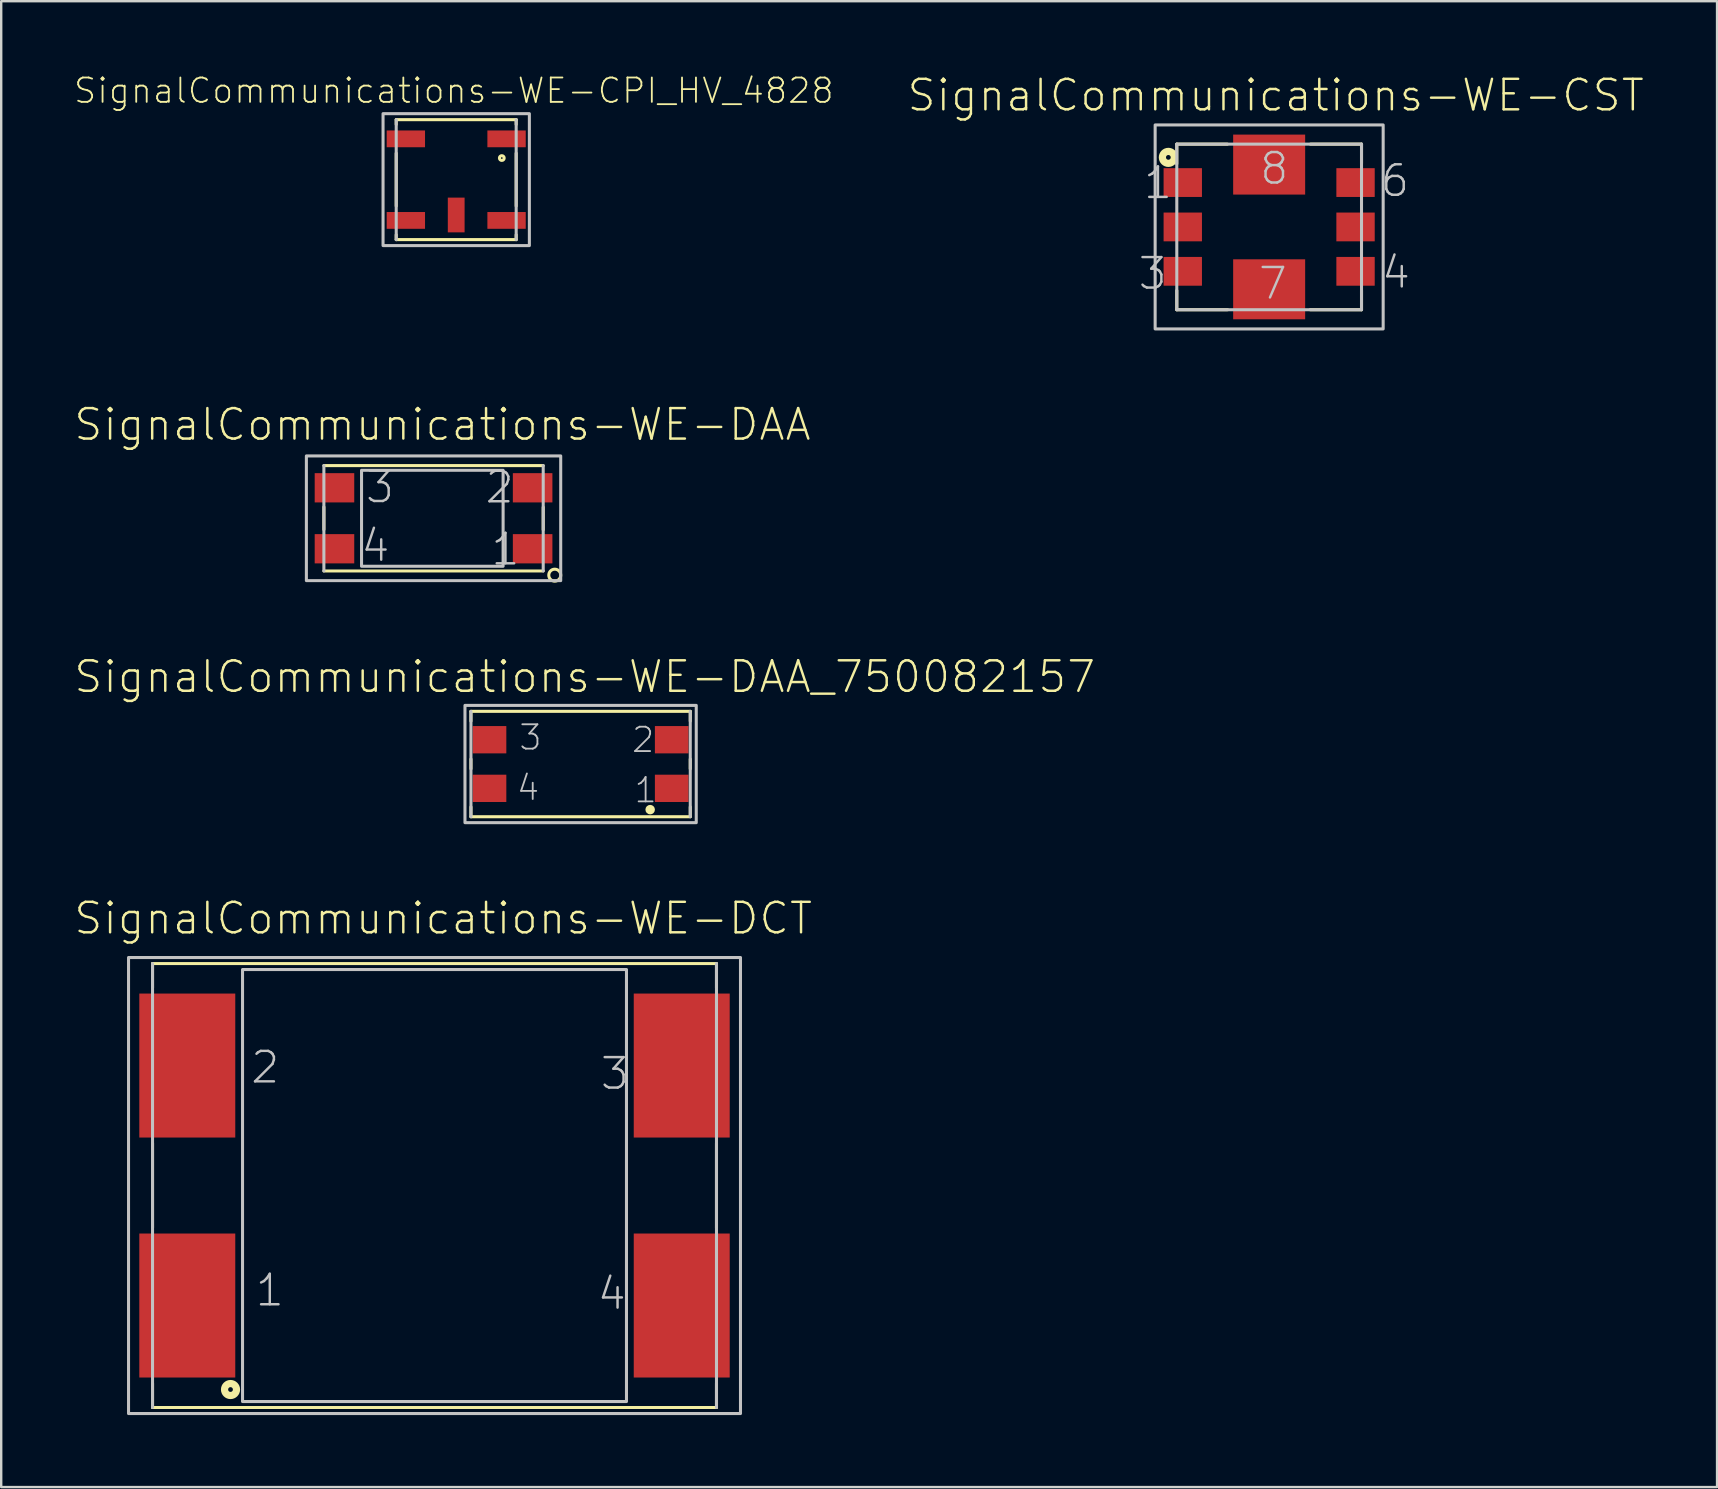
<source format=kicad_pcb>
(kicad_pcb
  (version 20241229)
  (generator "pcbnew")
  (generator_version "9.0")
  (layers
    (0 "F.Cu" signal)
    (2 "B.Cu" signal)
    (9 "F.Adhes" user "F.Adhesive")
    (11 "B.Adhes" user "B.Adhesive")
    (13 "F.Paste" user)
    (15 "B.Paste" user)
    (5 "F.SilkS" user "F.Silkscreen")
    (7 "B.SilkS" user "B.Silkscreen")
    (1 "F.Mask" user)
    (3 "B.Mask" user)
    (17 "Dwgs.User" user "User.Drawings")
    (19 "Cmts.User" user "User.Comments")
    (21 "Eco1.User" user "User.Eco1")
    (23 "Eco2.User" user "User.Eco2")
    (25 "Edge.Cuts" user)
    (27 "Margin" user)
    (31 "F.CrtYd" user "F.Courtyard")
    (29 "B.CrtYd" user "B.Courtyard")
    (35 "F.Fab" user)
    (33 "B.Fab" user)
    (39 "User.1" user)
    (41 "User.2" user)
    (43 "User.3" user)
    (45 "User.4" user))
  (footprint "SignalCommunications-WE-CST"
    (layer "F.Cu")
    (at 49.827 6.405)
    (property "Reference" "SignalCommunications-WE-CST" (at 0.274 -5.484 0) (layer "F.SilkS") (effects (font (size 1.27 1.27) (thickness 0.102))))
    (attr smd)
    (fp_line (start -3.848 -3.449) (end -3.848 -2.629) (stroke (width 0.127) (type solid)) (layer "F.SilkS"))
    (fp_line (start -3.848 2.649) (end -3.848 3.449) (stroke (width 0.127) (type solid)) (layer "F.SilkS"))
    (fp_line (start -3.848 3.449) (end -1.73 3.449) (stroke (width 0.127) (type solid)) (layer "F.SilkS"))
    (fp_line (start -1.74 -3.449) (end -3.848 -3.449) (stroke (width 0.127) (type solid)) (layer "F.SilkS"))
    (fp_line (start 1.72 -3.449) (end 3.848 -3.449) (stroke (width 0.127) (type solid)) (layer "F.SilkS"))
    (fp_line (start 3.848 -3.449) (end 3.848 -2.649) (stroke (width 0.127) (type solid)) (layer "F.SilkS"))
    (fp_line (start 3.848 2.649) (end 3.848 3.449) (stroke (width 0.127) (type solid)) (layer "F.SilkS"))
    (fp_line (start 3.848 3.449) (end 1.709 3.449) (stroke (width 0.127) (type solid)) (layer "F.SilkS"))
    (fp_circle (center -4.199 -2.898) (end -4.199 -2.997) (stroke (width 0.3) (type solid)) (fill no) (layer "F.SilkS"))
    (fp_line (start -3.848 -3.449) (end -3.848 3.449) (stroke (width 0.127) (type solid)) (layer "Dwgs.User"))
    (fp_line (start -3.848 -3.449) (end 3.848 -3.449) (stroke (width 0.127) (type solid)) (layer "Dwgs.User"))
    (fp_line (start -3.848 3.449) (end 3.848 3.449) (stroke (width 0.127) (type solid)) (layer "Dwgs.User"))
    (fp_line (start 3.848 -3.449) (end 3.848 3.449) (stroke (width 0.127) (type solid)) (layer "Dwgs.User"))
    (fp_poly (pts (xy -4.75 -4.249) (xy 4.75 -4.249) (xy 4.75 4.249) (xy -4.75 4.249) (xy -4.75 -4.249)) (stroke (width 0.127) (type solid)) (fill no) (layer "Dwgs.User"))
    (fp_text user "1" (at -4.633 -1.834 0) (layer "Dwgs.User") (effects (font (size 1.27 1.27) (thickness 0.102))))
    (fp_text user "3" (at -4.854 1.943 0) (layer "Dwgs.User") (effects (font (size 1.27 1.27) (thickness 0.102))))
    (fp_text user "7" (at 0.155 2.355 0) (layer "Dwgs.User") (effects (font (size 1.27 1.27) (thickness 0.102))))
    (fp_text user "4" (at 5.283 1.895 0) (layer "Dwgs.User") (effects (font (size 1.27 1.27) (thickness 0.102))))
    (fp_text user "8" (at 0.213 -2.433 0) (layer "Dwgs.User") (effects (font (size 1.27 1.27) (thickness 0.102))))
    (fp_text user "6" (at 5.243 -1.923 0) (layer "Dwgs.User") (effects (font (size 1.27 1.27) (thickness 0.102))))
    (pad "1" smd rect (at -3.599 -1.849) (size 1.598 1.199) (layers "F.Cu" "F.Mask" "F.Paste"))
    (pad "2" smd rect (at -3.599 0) (size 1.598 1.199) (layers "F.Cu" "F.Mask" "F.Paste"))
    (pad "3" smd rect (at -3.599 1.849) (size 1.598 1.199) (layers "F.Cu" "F.Mask" "F.Paste"))
    (pad "4" smd rect (at 3.599 1.849) (size 1.598 1.199) (layers "F.Cu" "F.Mask" "F.Paste"))
    (pad "5" smd rect (at 3.599 0) (size 1.598 1.199) (layers "F.Cu" "F.Mask" "F.Paste"))
    (pad "6" smd rect (at 3.599 -1.849) (size 1.598 1.199) (layers "F.Cu" "F.Mask" "F.Paste"))
    (pad "7" smd rect (at 0 2.598) (size 3 2.499) (layers "F.Cu" "F.Mask" "F.Paste"))
    (pad "8" smd rect (at 0 -2.598) (size 3 2.499) (layers "F.Cu" "F.Mask" "F.Paste")))
  (footprint "SignalCommunications-WE-DAA"
    (layer "F.Cu")
    (at 15.013 18.543)
    (property "Reference" "SignalCommunications-WE-DAA" (at 0.373 -3.904 0) (layer "F.SilkS") (effects (font (size 1.27 1.27) (thickness 0.102))))
    (attr smd)
    (fp_line (start -4.569 -0.47) (end -4.569 0.47) (stroke (width 0.127) (type solid)) (layer "F.SilkS"))
    (fp_line (start 4.569 -2.195) (end -4.569 -2.195) (stroke (width 0.127) (type solid)) (layer "F.SilkS"))
    (fp_line (start 4.569 -0.46) (end 4.569 0.478) (stroke (width 0.127) (type solid)) (layer "F.SilkS"))
    (fp_line (start 4.569 2.195) (end -4.569 2.195) (stroke (width 0.127) (type solid)) (layer "F.SilkS"))
    (fp_circle (center 5.05 2.37) (end 5.05 2.121) (stroke (width 0.127) (type solid)) (fill no) (layer "F.SilkS"))
    (fp_line (start -4.569 2.195) (end -4.569 -2.195) (stroke (width 0.127) (type solid)) (layer "Dwgs.User"))
    (fp_line (start 4.569 2.195) (end 4.569 -2.195) (stroke (width 0.127) (type solid)) (layer "Dwgs.User"))
    (fp_poly (pts (xy 2.898 1.999) (xy -3 1.999) (xy -3 -1.999) (xy 2.898 -1.999) (xy 2.898 1.999)) (stroke (width 0.127) (type solid)) (fill no) (layer "Dwgs.User"))
    (fp_poly (pts (xy 5.298 2.598) (xy -5.298 2.598) (xy -5.298 -2.598) (xy 5.298 -2.598) (xy 5.298 2.598)) (stroke (width 0.127) (type solid)) (fill no) (layer "Dwgs.User"))
    (fp_text user "1" (at 2.995 1.293 0) (layer "Dwgs.User") (effects (font (size 1.27 1.27) (thickness 0.102))))
    (fp_text user "3" (at -2.233 -1.303 0) (layer "Dwgs.User") (effects (font (size 1.27 1.27) (thickness 0.102))))
    (fp_text user "2" (at 2.753 -1.293 0) (layer "Dwgs.User") (effects (font (size 1.27 1.27) (thickness 0.102))))
    (fp_text user "4" (at -2.423 1.143 0) (layer "Dwgs.User") (effects (font (size 1.27 1.27) (thickness 0.102))))
    (pad "1" smd rect (at 4.128 1.27 180) (size 1.648 1.219) (layers "F.Cu" "F.Mask" "F.Paste"))
    (pad "2" smd rect (at 4.128 -1.27 180) (size 1.648 1.219) (layers "F.Cu" "F.Mask" "F.Paste"))
    (pad "3" smd rect (at -4.128 -1.27 180) (size 1.648 1.219) (layers "F.Cu" "F.Mask" "F.Paste"))
    (pad "4" smd rect (at -4.128 1.27 180) (size 1.648 1.219) (layers "F.Cu" "F.Mask" "F.Paste")))
  (footprint "SignalCommunications-WE-CPI_HV_4828"
    (layer "F.Cu")
    (at 15.957 4.434)
    (property "Reference" "SignalCommunications-WE-CPI_HV_4828" (at -0.099 -3.706 0) (layer "F.SilkS") (effects (font (size 1.016 1.016) (thickness 0.076))))
    (attr smd)
    (fp_line (start -2.499 -2.499) (end 2.499 -2.499) (stroke (width 0.127) (type solid)) (layer "F.SilkS"))
    (fp_line (start -2.499 -2.299) (end -2.499 -2.499) (stroke (width 0.127) (type solid)) (layer "F.SilkS"))
    (fp_line (start -2.499 -1.1) (end -2.499 1.1) (stroke (width 0.127) (type solid)) (layer "F.SilkS"))
    (fp_line (start -2.499 2.299) (end -2.499 2.499) (stroke (width 0.127) (type solid)) (layer "F.SilkS"))
    (fp_line (start 2.499 -2.299) (end 2.499 -2.499) (stroke (width 0.127) (type solid)) (layer "F.SilkS"))
    (fp_line (start 2.499 -1.1) (end 2.499 1.1) (stroke (width 0.127) (type solid)) (layer "F.SilkS"))
    (fp_line (start 2.499 2.299) (end 2.499 2.499) (stroke (width 0.127) (type solid)) (layer "F.SilkS"))
    (fp_line (start 2.499 2.499) (end -2.499 2.499) (stroke (width 0.127) (type solid)) (layer "F.SilkS"))
    (fp_circle (center 1.9 -0.899) (end 1.9 -0.998) (stroke (width 0.127) (type solid)) (fill no) (layer "F.SilkS"))
    (fp_line (start -2.499 2.499) (end -2.499 -2.499) (stroke (width 0.127) (type solid)) (layer "Dwgs.User"))
    (fp_line (start 2.499 -2.499) (end 2.499 2.499) (stroke (width 0.127) (type solid)) (layer "Dwgs.User"))
    (fp_poly (pts (xy -3.048 -2.748) (xy 3.048 -2.748) (xy 3.048 2.748) (xy -3.048 2.748) (xy -3.048 -2.748)) (stroke (width 0.127) (type solid)) (fill no) (layer "Dwgs.User"))
    (pad "1" smd rect (at 2.098 -1.699) (size 1.598 0.699) (layers "F.Cu" "F.Mask" "F.Paste"))
    (pad "2" smd rect (at -2.098 -1.699) (size 1.598 0.699) (layers "F.Cu" "F.Mask" "F.Paste"))
    (pad "3" smd rect (at -2.098 1.699) (size 1.598 0.699) (layers "F.Cu" "F.Mask" "F.Paste"))
    (pad "4" smd rect (at 0 1.473) (size 0.699 1.448) (layers "F.Cu" "F.Mask" "F.Paste"))
    (pad "5" smd rect (at 2.098 1.699) (size 1.598 0.699) (layers "F.Cu" "F.Mask" "F.Paste")))
  (footprint "SignalCommunications-WE-DCT"
    (layer "F.Cu")
    (at 15.053 46.343)
    (property "Reference" "SignalCommunications-WE-DCT" (at 0.363 -11.133 0) (layer "F.SilkS") (effects (font (size 1.27 1.27) (thickness 0.102))))
    (attr smd)
    (fp_line (start -11.748 -9.248) (end 11.748 -9.248) (stroke (width 0.127) (type solid)) (layer "F.SilkS"))
    (fp_line (start -11.748 -8.24) (end -11.748 -9.248) (stroke (width 0.127) (type solid)) (layer "F.SilkS"))
    (fp_line (start -11.748 -1.768) (end -11.748 1.758) (stroke (width 0.127) (type solid)) (layer "F.SilkS"))
    (fp_line (start -11.748 8.24) (end -11.748 9.248) (stroke (width 0.127) (type solid)) (layer "F.SilkS"))
    (fp_line (start -11.748 9.248) (end 11.748 9.248) (stroke (width 0.127) (type solid)) (layer "F.SilkS"))
    (fp_line (start 11.748 -8.24) (end 11.748 -9.248) (stroke (width 0.127) (type solid)) (layer "F.SilkS"))
    (fp_line (start 11.748 -1.758) (end 11.748 1.768) (stroke (width 0.127) (type solid)) (layer "F.SilkS"))
    (fp_line (start 11.748 8.24) (end 11.748 9.248) (stroke (width 0.127) (type solid)) (layer "F.SilkS"))
    (fp_circle (center -8.499 8.499) (end -8.499 8.4) (stroke (width 0.3) (type solid)) (fill no) (layer "F.SilkS"))
    (fp_line (start -11.748 -9.248) (end -11.748 9.248) (stroke (width 0.127) (type solid)) (layer "Dwgs.User"))
    (fp_line (start 11.748 -9.248) (end 11.748 9.248) (stroke (width 0.127) (type solid)) (layer "Dwgs.User"))
    (fp_poly (pts (xy -12.748 -9.5) (xy 12.748 -9.5) (xy 12.748 9.5) (xy -12.748 9.5) (xy -12.748 -9.5)) (stroke (width 0.127) (type solid)) (fill no) (layer "Dwgs.User"))
    (fp_poly (pts (xy -7.998 -8.999) (xy 7.998 -8.999) (xy 7.998 8.999) (xy -7.998 8.999) (xy -7.998 -8.999)) (stroke (width 0.127) (type solid)) (fill no) (layer "Dwgs.User"))
    (fp_text user "1" (at -6.863 4.364 0) (layer "Dwgs.User") (effects (font (size 1.27 1.27) (thickness 0.102))))
    (fp_text user "3" (at 7.513 -4.663 0) (layer "Dwgs.User") (effects (font (size 1.27 1.27) (thickness 0.102))))
    (fp_text user "4" (at 7.384 4.503 0) (layer "Dwgs.User") (effects (font (size 1.27 1.27) (thickness 0.102))))
    (fp_text user "2" (at -7.054 -4.923 0) (layer "Dwgs.User") (effects (font (size 1.27 1.27) (thickness 0.102))))
    (pad "1" smd rect (at -10.3 4.999) (size 3.998 5.999) (layers "F.Cu" "F.Mask" "F.Paste"))
    (pad "2" smd rect (at -10.3 -4.999) (size 3.998 5.999) (layers "F.Cu" "F.Mask" "F.Paste"))
    (pad "3" smd rect (at 10.3 -4.999) (size 3.998 5.999) (layers "F.Cu" "F.Mask" "F.Paste"))
    (pad "4" smd rect (at 10.3 4.999) (size 3.998 5.999) (layers "F.Cu" "F.Mask" "F.Paste")))
  (footprint "SignalCommunications-WE-DAA_750082157"
    (layer "F.Cu")
    (at 21.14 28.782)
    (property "Reference" "SignalCommunications-WE-DAA_750082157" (at 0.173 -3.635 0) (layer "F.SilkS") (effects (font (size 1.27 1.27) (thickness 0.102))))
    (attr smd)
    (fp_line (start -4.569 -2.195) (end 4.569 -2.195) (stroke (width 0.127) (type solid)) (layer "F.SilkS"))
    (fp_line (start -4.569 -1.788) (end -4.569 -2.195) (stroke (width 0.127) (type solid)) (layer "F.SilkS"))
    (fp_line (start -4.569 0.198) (end -4.569 -0.206) (stroke (width 0.127) (type solid)) (layer "F.SilkS"))
    (fp_line (start -4.569 1.788) (end -4.569 2.195) (stroke (width 0.127) (type solid)) (layer "F.SilkS"))
    (fp_line (start 4.569 -1.788) (end 4.569 -2.195) (stroke (width 0.127) (type solid)) (layer "F.SilkS"))
    (fp_line (start 4.569 0.198) (end 4.569 -0.206) (stroke (width 0.127) (type solid)) (layer "F.SilkS"))
    (fp_line (start 4.569 1.788) (end 4.569 2.195) (stroke (width 0.127) (type solid)) (layer "F.SilkS"))
    (fp_line (start 4.569 2.195) (end -4.569 2.195) (stroke (width 0.127) (type solid)) (layer "F.SilkS"))
    (fp_circle (center 2.898 1.9) (end 2.898 1.801) (stroke (width 0.198) (type solid)) (fill no) (layer "F.SilkS"))
    (fp_line (start -4.569 2.195) (end -4.569 -2.195) (stroke (width 0.127) (type solid)) (layer "Dwgs.User"))
    (fp_line (start 4.569 -2.195) (end 4.569 2.195) (stroke (width 0.127) (type solid)) (layer "Dwgs.User"))
    (fp_poly (pts (xy -4.818 -2.443) (xy 4.818 -2.443) (xy 4.818 2.443) (xy -4.818 2.443) (xy -4.818 -2.443)) (stroke (width 0.127) (type solid)) (fill no) (layer "Dwgs.User"))
    (fp_text user "2" (at 2.606 -1.006 0) (layer "Dwgs.User") (effects (font (size 1.016 1.016) (thickness 0.076))))
    (fp_text user "4" (at -2.189 0.991 0) (layer "Dwgs.User") (effects (font (size 1.016 1.016) (thickness 0.076))))
    (fp_text user "1" (at 2.708 1.09 0) (layer "Dwgs.User") (effects (font (size 1.016 1.016) (thickness 0.076))))
    (fp_text user "3" (at -2.09 -1.107 0) (layer "Dwgs.User") (effects (font (size 1.016 1.016) (thickness 0.076))))
    (pad "1" smd rect (at 3.795 1.013) (size 1.4 1.138) (layers "F.Cu" "F.Mask" "F.Paste"))
    (pad "2" smd rect (at 3.795 -1.013) (size 1.4 1.138) (layers "F.Cu" "F.Mask" "F.Paste"))
    (pad "3" smd rect (at -3.795 -1.013) (size 1.4 1.138) (layers "F.Cu" "F.Mask" "F.Paste"))
    (pad "4" smd rect (at -3.795 1.013) (size 1.4 1.138) (layers "F.Cu" "F.Mask" "F.Paste")))
  (gr_rect
    (start -3 -3)
    (end 68.488 58.906)
    (stroke (width 0.1) (type default))
    (fill no)
    (layer "Edge.Cuts")))
</source>
